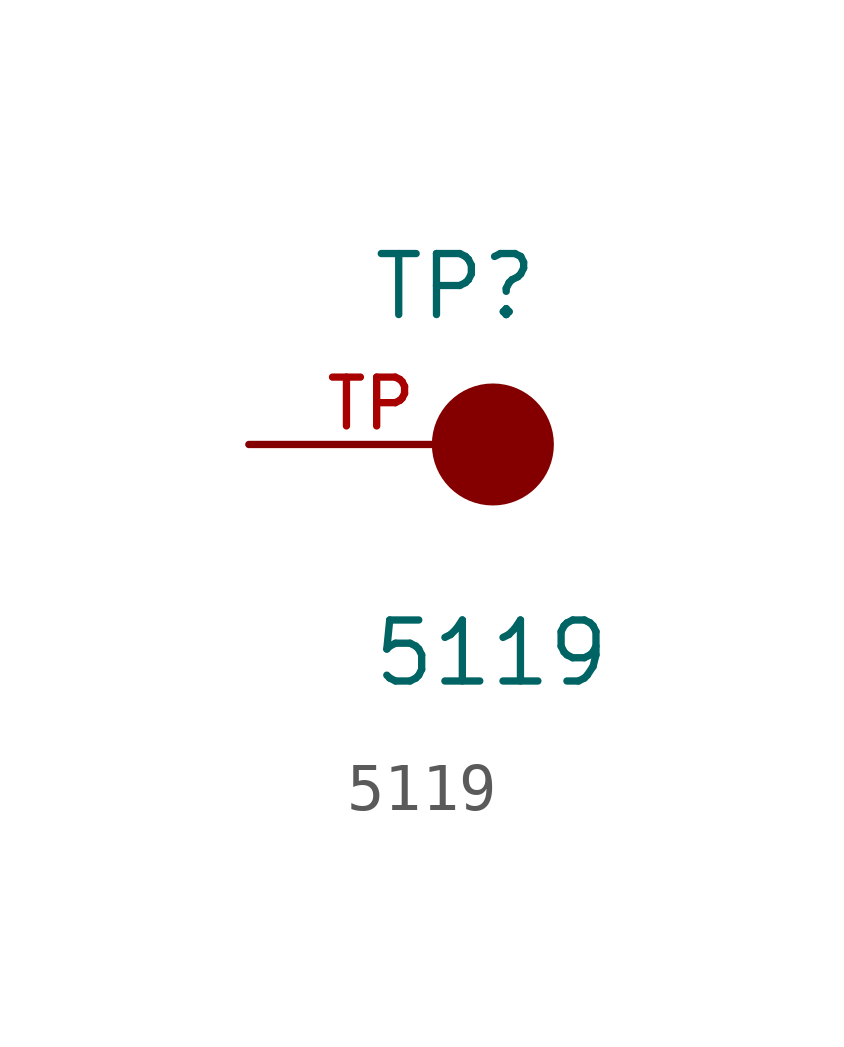
<source format=kicad_sym>
(kicad_symbol_lib
  (version 20211014)
  (generator kicad_symbol_editor)
  (symbol "5119"
    (pin_names
      (offset 1.016))
    (property "Reference" "TP"
      (at -2.544 2.541 0)
      (effects (font (size 1.27 1.27)) (justify bottom left)))
    (property "Value" "5119"
      (at -2.55 -5.087 0)
      (effects (font (size 1.27 1.27)) (justify bottom left)))
    (symbol "5119_0_0"
      (circle (center 0.0 0.0) (radius 0.635) (stroke (width 1.27)) (fill (type none)))
      (pin passive line (at -5.08 0.0 0) (length 5.08) (name "~" (effects (font (size 1.016 1.016)))) (number "TP" (effects (font (size 1.016 1.016))))))))
</source>
